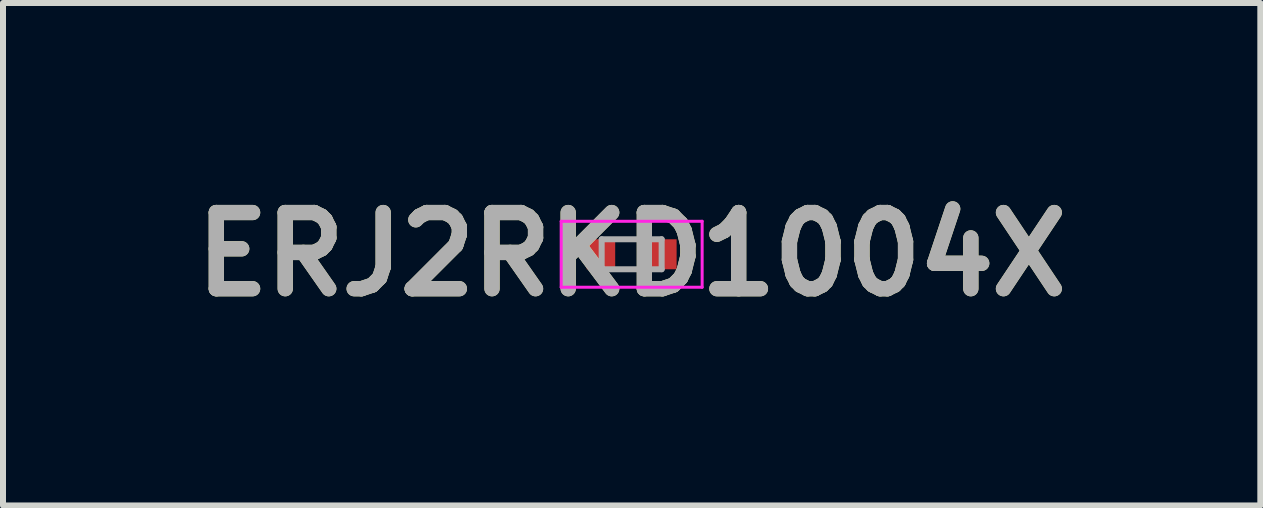
<source format=kicad_pcb>
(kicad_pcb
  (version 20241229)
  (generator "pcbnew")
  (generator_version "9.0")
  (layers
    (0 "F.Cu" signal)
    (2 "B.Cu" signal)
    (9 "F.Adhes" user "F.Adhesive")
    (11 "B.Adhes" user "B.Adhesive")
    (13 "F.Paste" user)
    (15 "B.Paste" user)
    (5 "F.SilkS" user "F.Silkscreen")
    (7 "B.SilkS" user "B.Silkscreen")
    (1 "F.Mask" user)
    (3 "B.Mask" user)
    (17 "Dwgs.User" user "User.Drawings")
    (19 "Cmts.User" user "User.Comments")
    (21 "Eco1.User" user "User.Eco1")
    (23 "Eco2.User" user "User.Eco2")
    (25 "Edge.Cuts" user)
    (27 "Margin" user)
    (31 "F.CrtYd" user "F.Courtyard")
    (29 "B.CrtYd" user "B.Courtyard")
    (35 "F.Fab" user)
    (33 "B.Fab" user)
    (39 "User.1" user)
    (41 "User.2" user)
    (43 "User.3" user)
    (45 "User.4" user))
  (footprint "ERJ2RKD1004X"
    (layer "F.Cu")
    (at 7.481 1.189)
    (property "Reference" "ERJ2RKD1004X" (at 0 0 0) (layer "F.SilkS") (effects (font (size 1.27 1.27) (thickness 0.254))))
    (attr smd)
    (fp_line (start -0.95 -0.025) (end -0.95 -0.025) (stroke (width 0.05) (type solid)) (layer "F.SilkS"))
    (fp_line (start -0.95 0.025) (end -0.95 0.025) (stroke (width 0.05) (type solid)) (layer "F.SilkS"))
    (fp_arc (start -0.95 -0.025) (mid -0.925 0) (end -0.95 0.025) (stroke (width 0.05) (type solid)) (layer "F.SilkS"))
    (fp_arc (start -0.95 0.025) (mid -0.975 0) (end -0.95 -0.025) (stroke (width 0.05) (type solid)) (layer "F.SilkS"))
    (fp_line (start -1.175 -0.55) (end 1.175 -0.55) (stroke (width 0.05) (type solid)) (layer "F.CrtYd"))
    (fp_line (start -1.175 0.55) (end -1.175 -0.55) (stroke (width 0.05) (type solid)) (layer "F.CrtYd"))
    (fp_line (start 1.175 -0.55) (end 1.175 0.55) (stroke (width 0.05) (type solid)) (layer "F.CrtYd"))
    (fp_line (start 1.175 0.55) (end -1.175 0.55) (stroke (width 0.05) (type solid)) (layer "F.CrtYd"))
    (fp_line (start -0.5 -0.25) (end 0.5 -0.25) (stroke (width 0.1) (type solid)) (layer "F.Fab"))
    (fp_line (start -0.5 0.25) (end -0.5 -0.25) (stroke (width 0.1) (type solid)) (layer "F.Fab"))
    (fp_line (start 0.5 -0.25) (end 0.5 0.25) (stroke (width 0.1) (type solid)) (layer "F.Fab"))
    (fp_line (start 0.5 0.25) (end -0.5 0.25) (stroke (width 0.1) (type solid)) (layer "F.Fab"))
    (fp_text user "${REFERENCE}" (at 0 0 0) (layer "F.Fab") (effects (font (size 1.27 1.27) (thickness 0.254))))
    (pad "1" smd rect (at -0.512 0) (size 0.475 0.5) (layers "F.Cu" "F.Mask" "F.Paste"))
    (pad "2" smd rect (at 0.512 0) (size 0.475 0.5) (layers "F.Cu" "F.Mask" "F.Paste")))
  (gr_rect
    (start -3 -3)
    (end 17.962 5.377)
    (stroke (width 0.1) (type default))
    (fill no)
    (layer "Edge.Cuts")))
</source>
